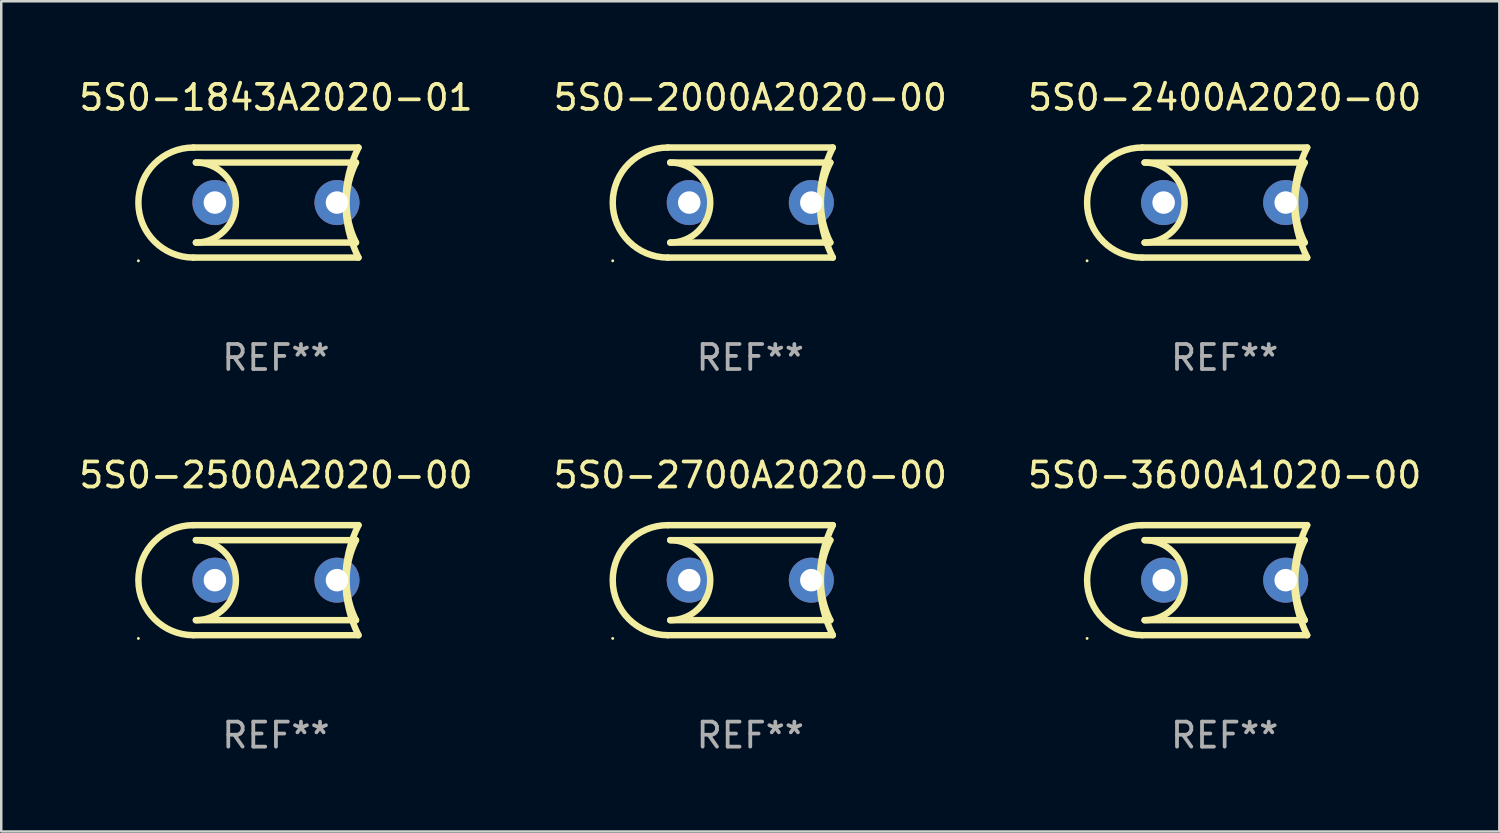
<source format=kicad_pcb>
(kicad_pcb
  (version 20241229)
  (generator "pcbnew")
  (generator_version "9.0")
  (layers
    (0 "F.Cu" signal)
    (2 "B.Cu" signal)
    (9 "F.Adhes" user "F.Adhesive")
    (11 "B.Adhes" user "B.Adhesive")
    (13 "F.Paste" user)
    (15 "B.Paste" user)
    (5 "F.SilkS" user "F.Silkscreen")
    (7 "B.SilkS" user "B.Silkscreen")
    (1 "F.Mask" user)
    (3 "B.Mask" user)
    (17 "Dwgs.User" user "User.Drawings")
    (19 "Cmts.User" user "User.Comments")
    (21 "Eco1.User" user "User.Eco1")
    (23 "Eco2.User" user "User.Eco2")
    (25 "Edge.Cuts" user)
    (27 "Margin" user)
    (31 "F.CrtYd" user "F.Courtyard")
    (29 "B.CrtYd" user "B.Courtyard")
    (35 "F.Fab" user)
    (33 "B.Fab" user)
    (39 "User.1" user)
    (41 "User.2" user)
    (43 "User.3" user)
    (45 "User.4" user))
  (footprint "5S0-2000A2020-00"
    (layer "F.Cu")
    (at 26.946 5.048)
    (property "Reference" "5S0-2000A2020-00" (at 0 -4.2 0) (layer "F.SilkS") (effects (font (size 1 1) (thickness 0.15))))
    (attr through_hole)
    (fp_line (start -3.3 -2.2) (end 3.3 -2.2) (stroke (width 0.258) (type solid)) (layer "F.SilkS"))
    (fp_line (start -3.2 1.6) (end 3.2 1.6) (stroke (width 0.258) (type solid)) (layer "F.SilkS"))
    (fp_line (start 3.2 -1.6) (end -3.2 -1.6) (stroke (width 0.258) (type solid)) (layer "F.SilkS"))
    (fp_line (start 3.3 2.2) (end -3.3 2.2) (stroke (width 0.258) (type solid)) (layer "F.SilkS"))
    (fp_arc (start -3.299987 2.2) (mid -5.499301 -0.000076) (end -3.299479 -2.199644) (stroke (width 0.258065) (type solid)) (layer "F.SilkS"))
    (fp_arc (start -3.200418 -1.600203) (mid -1.600292 -0.000291) (end -3.200013 1.600025) (stroke (width 0.258065) (type solid)) (layer "F.SilkS"))
    (fp_arc (start 3.200394 1.600203) (mid 2.822512 0.00014) (end 3.199962 -1.600025) (stroke (width 0.258065) (type solid)) (layer "F.SilkS"))
    (fp_arc (start 3.299453 2.199645) (mid 2.780328 -0.000241) (end 3.299987 -2.2) (stroke (width 0.258065) (type solid)) (layer "F.SilkS"))
    (fp_circle (center -5.5 2.329) (end -5.47 2.329) (stroke (width 0.06) (type solid)) (fill no) (layer "F.SilkS"))
    (fp_text user "REF**" (at 0 6.2 0) (layer "F.Fab") (effects (font (size 1 1) (thickness 0.15))))
    (pad "1" thru_hole circle (at -2.44 0) (size 1.8 1.8) (drill 0.9) (layers "*.Cu" "*.Mask"))
    (pad "2" thru_hole circle (at 2.44 0) (size 1.8 1.8) (drill 0.9) (layers "*.Cu" "*.Mask")))
  (footprint "5S0-2500A2020-00"
    (layer "F.Cu")
    (at 7.982 20.145)
    (property "Reference" "5S0-2500A2020-00" (at 0 -4.2 0) (layer "F.SilkS") (effects (font (size 1 1) (thickness 0.15))))
    (attr through_hole)
    (fp_line (start -3.3 -2.2) (end 3.3 -2.2) (stroke (width 0.258) (type solid)) (layer "F.SilkS"))
    (fp_line (start -3.2 1.6) (end 3.2 1.6) (stroke (width 0.258) (type solid)) (layer "F.SilkS"))
    (fp_line (start 3.2 -1.6) (end -3.2 -1.6) (stroke (width 0.258) (type solid)) (layer "F.SilkS"))
    (fp_line (start 3.3 2.2) (end -3.3 2.2) (stroke (width 0.258) (type solid)) (layer "F.SilkS"))
    (fp_arc (start -3.299987 2.2) (mid -5.499301 -0.000076) (end -3.299479 -2.199644) (stroke (width 0.258065) (type solid)) (layer "F.SilkS"))
    (fp_arc (start -3.200418 -1.600203) (mid -1.600292 -0.000291) (end -3.200013 1.600025) (stroke (width 0.258065) (type solid)) (layer "F.SilkS"))
    (fp_arc (start 3.200394 1.600203) (mid 2.822512 0.00014) (end 3.199962 -1.600025) (stroke (width 0.258065) (type solid)) (layer "F.SilkS"))
    (fp_arc (start 3.299453 2.199645) (mid 2.780328 -0.000241) (end 3.299987 -2.2) (stroke (width 0.258065) (type solid)) (layer "F.SilkS"))
    (fp_circle (center -5.5 2.329) (end -5.47 2.329) (stroke (width 0.06) (type solid)) (fill no) (layer "F.SilkS"))
    (fp_text user "REF**" (at 0 6.2 0) (layer "F.Fab") (effects (font (size 1 1) (thickness 0.15))))
    (pad "1" thru_hole circle (at -2.44 0) (size 1.8 1.8) (drill 0.9) (layers "*.Cu" "*.Mask"))
    (pad "2" thru_hole circle (at 2.44 0) (size 1.8 1.8) (drill 0.9) (layers "*.Cu" "*.Mask")))
  (footprint "5S0-2400A2020-00"
    (layer "F.Cu")
    (at 45.911 5.048)
    (property "Reference" "5S0-2400A2020-00" (at 0 -4.2 0) (layer "F.SilkS") (effects (font (size 1 1) (thickness 0.15))))
    (attr through_hole)
    (fp_line (start -3.3 -2.2) (end 3.3 -2.2) (stroke (width 0.258) (type solid)) (layer "F.SilkS"))
    (fp_line (start -3.2 1.6) (end 3.2 1.6) (stroke (width 0.258) (type solid)) (layer "F.SilkS"))
    (fp_line (start 3.2 -1.6) (end -3.2 -1.6) (stroke (width 0.258) (type solid)) (layer "F.SilkS"))
    (fp_line (start 3.3 2.2) (end -3.3 2.2) (stroke (width 0.258) (type solid)) (layer "F.SilkS"))
    (fp_arc (start -3.299987 2.2) (mid -5.499301 -0.000076) (end -3.299479 -2.199644) (stroke (width 0.258065) (type solid)) (layer "F.SilkS"))
    (fp_arc (start -3.200418 -1.600203) (mid -1.600292 -0.000291) (end -3.200013 1.600025) (stroke (width 0.258065) (type solid)) (layer "F.SilkS"))
    (fp_arc (start 3.200394 1.600203) (mid 2.822512 0.00014) (end 3.199962 -1.600025) (stroke (width 0.258065) (type solid)) (layer "F.SilkS"))
    (fp_arc (start 3.299453 2.199645) (mid 2.780328 -0.000241) (end 3.299987 -2.2) (stroke (width 0.258065) (type solid)) (layer "F.SilkS"))
    (fp_circle (center -5.5 2.329) (end -5.47 2.329) (stroke (width 0.06) (type solid)) (fill no) (layer "F.SilkS"))
    (fp_text user "REF**" (at 0 6.2 0) (layer "F.Fab") (effects (font (size 1 1) (thickness 0.15))))
    (pad "1" thru_hole circle (at -2.44 0) (size 1.8 1.8) (drill 0.9) (layers "*.Cu" "*.Mask"))
    (pad "2" thru_hole circle (at 2.44 0) (size 1.8 1.8) (drill 0.9) (layers "*.Cu" "*.Mask")))
  (footprint "5S0-2700A2020-00"
    (layer "F.Cu")
    (at 26.946 20.145)
    (property "Reference" "5S0-2700A2020-00" (at 0 -4.2 0) (layer "F.SilkS") (effects (font (size 1 1) (thickness 0.15))))
    (attr through_hole)
    (fp_line (start -3.3 -2.2) (end 3.3 -2.2) (stroke (width 0.258) (type solid)) (layer "F.SilkS"))
    (fp_line (start -3.2 1.6) (end 3.2 1.6) (stroke (width 0.258) (type solid)) (layer "F.SilkS"))
    (fp_line (start 3.2 -1.6) (end -3.2 -1.6) (stroke (width 0.258) (type solid)) (layer "F.SilkS"))
    (fp_line (start 3.3 2.2) (end -3.3 2.2) (stroke (width 0.258) (type solid)) (layer "F.SilkS"))
    (fp_arc (start -3.299987 2.2) (mid -5.499301 -0.000076) (end -3.299479 -2.199644) (stroke (width 0.258065) (type solid)) (layer "F.SilkS"))
    (fp_arc (start -3.200418 -1.600203) (mid -1.600292 -0.000291) (end -3.200013 1.600025) (stroke (width 0.258065) (type solid)) (layer "F.SilkS"))
    (fp_arc (start 3.200394 1.600203) (mid 2.822512 0.00014) (end 3.199962 -1.600025) (stroke (width 0.258065) (type solid)) (layer "F.SilkS"))
    (fp_arc (start 3.299453 2.199645) (mid 2.780328 -0.000241) (end 3.299987 -2.2) (stroke (width 0.258065) (type solid)) (layer "F.SilkS"))
    (fp_circle (center -5.5 2.329) (end -5.47 2.329) (stroke (width 0.06) (type solid)) (fill no) (layer "F.SilkS"))
    (fp_text user "REF**" (at 0 6.2 0) (layer "F.Fab") (effects (font (size 1 1) (thickness 0.15))))
    (pad "1" thru_hole circle (at -2.44 0) (size 1.8 1.8) (drill 0.9) (layers "*.Cu" "*.Mask"))
    (pad "2" thru_hole circle (at 2.44 0) (size 1.8 1.8) (drill 0.9) (layers "*.Cu" "*.Mask")))
  (footprint "5S0-1843A2020-01"
    (layer "F.Cu")
    (at 7.982 5.048)
    (property "Reference" "5S0-1843A2020-01" (at 0 -4.2 0) (layer "F.SilkS") (effects (font (size 1 1) (thickness 0.15))))
    (attr through_hole)
    (fp_line (start -3.3 -2.2) (end 3.3 -2.2) (stroke (width 0.258) (type solid)) (layer "F.SilkS"))
    (fp_line (start -3.2 1.6) (end 3.2 1.6) (stroke (width 0.258) (type solid)) (layer "F.SilkS"))
    (fp_line (start 3.2 -1.6) (end -3.2 -1.6) (stroke (width 0.258) (type solid)) (layer "F.SilkS"))
    (fp_line (start 3.3 2.2) (end -3.3 2.2) (stroke (width 0.258) (type solid)) (layer "F.SilkS"))
    (fp_arc (start -3.299987 2.2) (mid -5.499301 -0.000076) (end -3.299479 -2.199644) (stroke (width 0.258065) (type solid)) (layer "F.SilkS"))
    (fp_arc (start -3.200418 -1.600203) (mid -1.600292 -0.000291) (end -3.200013 1.600025) (stroke (width 0.258065) (type solid)) (layer "F.SilkS"))
    (fp_arc (start 3.200394 1.600203) (mid 2.822512 0.00014) (end 3.199962 -1.600025) (stroke (width 0.258065) (type solid)) (layer "F.SilkS"))
    (fp_arc (start 3.299453 2.199645) (mid 2.780328 -0.000241) (end 3.299987 -2.2) (stroke (width 0.258065) (type solid)) (layer "F.SilkS"))
    (fp_circle (center -5.5 2.329) (end -5.47 2.329) (stroke (width 0.06) (type solid)) (fill no) (layer "F.SilkS"))
    (fp_text user "REF**" (at 0 6.2 0) (layer "F.Fab") (effects (font (size 1 1) (thickness 0.15))))
    (pad "1" thru_hole circle (at -2.44 0) (size 1.8 1.8) (drill 0.9) (layers "*.Cu" "*.Mask"))
    (pad "2" thru_hole circle (at 2.44 0) (size 1.8 1.8) (drill 0.9) (layers "*.Cu" "*.Mask")))
  (footprint "5S0-3600A1020-00"
    (layer "F.Cu")
    (at 45.911 20.145)
    (property "Reference" "5S0-3600A1020-00" (at 0 -4.2 0) (layer "F.SilkS") (effects (font (size 1 1) (thickness 0.15))))
    (attr through_hole)
    (fp_line (start -3.3 -2.2) (end 3.3 -2.2) (stroke (width 0.258) (type solid)) (layer "F.SilkS"))
    (fp_line (start -3.2 1.6) (end 3.2 1.6) (stroke (width 0.258) (type solid)) (layer "F.SilkS"))
    (fp_line (start 3.2 -1.6) (end -3.2 -1.6) (stroke (width 0.258) (type solid)) (layer "F.SilkS"))
    (fp_line (start 3.3 2.2) (end -3.3 2.2) (stroke (width 0.258) (type solid)) (layer "F.SilkS"))
    (fp_arc (start -3.299987 2.2) (mid -5.499301 -0.000076) (end -3.299479 -2.199644) (stroke (width 0.258065) (type solid)) (layer "F.SilkS"))
    (fp_arc (start -3.200418 -1.600203) (mid -1.600292 -0.000291) (end -3.200013 1.600025) (stroke (width 0.258065) (type solid)) (layer "F.SilkS"))
    (fp_arc (start 3.200394 1.600203) (mid 2.822512 0.00014) (end 3.199962 -1.600025) (stroke (width 0.258065) (type solid)) (layer "F.SilkS"))
    (fp_arc (start 3.299453 2.199645) (mid 2.780328 -0.000241) (end 3.299987 -2.2) (stroke (width 0.258065) (type solid)) (layer "F.SilkS"))
    (fp_circle (center -5.5 2.329) (end -5.47 2.329) (stroke (width 0.06) (type solid)) (fill no) (layer "F.SilkS"))
    (fp_text user "REF**" (at 0 6.2 0) (layer "F.Fab") (effects (font (size 1 1) (thickness 0.15))))
    (pad "1" thru_hole circle (at -2.44 0) (size 1.8 1.8) (drill 0.9) (layers "*.Cu" "*.Mask"))
    (pad "2" thru_hole circle (at 2.44 0) (size 1.8 1.8) (drill 0.9) (layers "*.Cu" "*.Mask")))
  (gr_rect
    (start -3 -3)
    (end 56.893 30.193)
    (stroke (width 0.1) (type default))
    (fill no)
    (layer "Edge.Cuts")))
</source>
